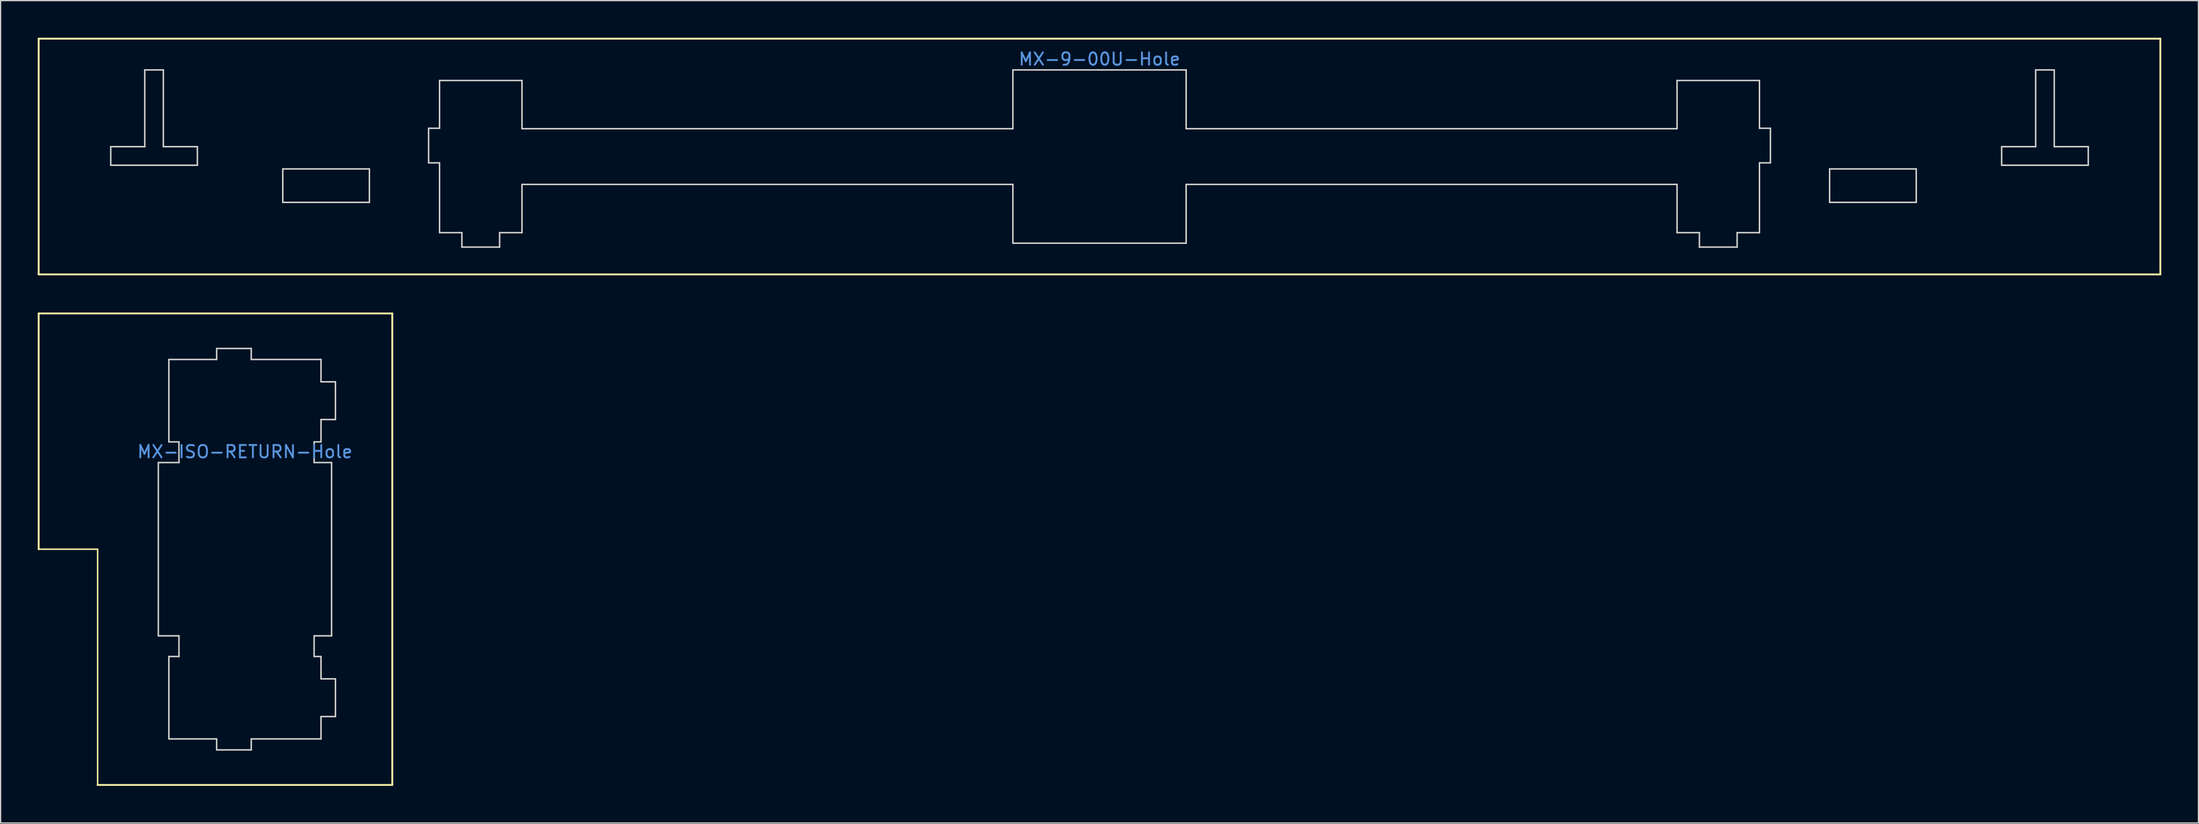
<source format=kicad_pcb>
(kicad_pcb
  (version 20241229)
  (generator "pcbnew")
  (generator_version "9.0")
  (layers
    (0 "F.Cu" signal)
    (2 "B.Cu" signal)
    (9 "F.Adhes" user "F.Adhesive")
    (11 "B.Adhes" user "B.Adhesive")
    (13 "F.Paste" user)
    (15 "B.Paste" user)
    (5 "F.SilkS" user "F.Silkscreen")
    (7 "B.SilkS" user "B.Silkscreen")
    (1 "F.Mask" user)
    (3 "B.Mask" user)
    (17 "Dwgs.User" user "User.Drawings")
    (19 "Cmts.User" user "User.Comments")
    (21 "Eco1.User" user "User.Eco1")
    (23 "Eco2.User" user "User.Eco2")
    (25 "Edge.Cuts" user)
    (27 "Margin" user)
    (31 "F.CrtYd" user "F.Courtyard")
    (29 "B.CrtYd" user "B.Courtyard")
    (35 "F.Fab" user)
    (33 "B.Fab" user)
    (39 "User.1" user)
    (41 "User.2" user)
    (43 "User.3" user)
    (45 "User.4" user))
  (footprint "MX-9-00U-Hole"
    (layer "F.Cu")
    (at 85.8 9.6)
    (property "Reference" "MX-9-00U-Hole" (at 0 -7.874 0) (layer "Cmts.User") (effects (font (size 1 1) (thickness 0.15))))
    (attr through_hole)
    (fp_line (start -85.725 -9.525) (end 85.725 -9.525) (stroke (width 0.15) (type solid)) (layer "F.SilkS"))
    (fp_line (start -85.725 9.525) (end -85.725 -9.525) (stroke (width 0.15) (type solid)) (layer "F.SilkS"))
    (fp_line (start 85.725 -9.525) (end 85.725 9.525) (stroke (width 0.15) (type solid)) (layer "F.SilkS"))
    (fp_line (start 85.725 9.525) (end -85.725 9.525) (stroke (width 0.15) (type solid)) (layer "F.SilkS"))
    (fp_line (start -79.9 -0.8) (end -79.9 0.7) (stroke (width 0.12) (type solid)) (layer "Edge.Cuts"))
    (fp_line (start -79.9 0.7) (end -72.9 0.7) (stroke (width 0.12) (type solid)) (layer "Edge.Cuts"))
    (fp_line (start -77.15 -7) (end -77.15 -0.8) (stroke (width 0.12) (type solid)) (layer "Edge.Cuts"))
    (fp_line (start -77.15 -7) (end -75.65 -7) (stroke (width 0.12) (type solid)) (layer "Edge.Cuts"))
    (fp_line (start -77.15 -0.8) (end -79.9 -0.8) (stroke (width 0.12) (type solid)) (layer "Edge.Cuts"))
    (fp_line (start -75.65 -7) (end -75.65 -0.8) (stroke (width 0.12) (type solid)) (layer "Edge.Cuts"))
    (fp_line (start -75.65 -0.8) (end -72.9 -0.8) (stroke (width 0.12) (type solid)) (layer "Edge.Cuts"))
    (fp_line (start -72.9 -0.8) (end -72.9 0.7) (stroke (width 0.12) (type solid)) (layer "Edge.Cuts"))
    (fp_line (start -66 1) (end -59 1) (stroke (width 0.12) (type solid)) (layer "Edge.Cuts"))
    (fp_line (start -66 3.7) (end -66 1) (stroke (width 0.12) (type solid)) (layer "Edge.Cuts"))
    (fp_line (start -66 3.7) (end -59 3.7) (stroke (width 0.12) (type solid)) (layer "Edge.Cuts"))
    (fp_line (start -59 1) (end -59 3.7) (stroke (width 0.12) (type solid)) (layer "Edge.Cuts"))
    (fp_line (start -54.216 -2.286) (end -54.216 0.508) (stroke (width 0.12) (type solid)) (layer "Edge.Cuts"))
    (fp_line (start -53.33 -6.147) (end -53.33 -2.286) (stroke (width 0.12) (type solid)) (layer "Edge.Cuts"))
    (fp_line (start -53.33 -2.286) (end -54.216 -2.286) (stroke (width 0.12) (type solid)) (layer "Edge.Cuts"))
    (fp_line (start -53.33 0.508) (end -54.216 0.508) (stroke (width 0.12) (type solid)) (layer "Edge.Cuts"))
    (fp_line (start -53.33 0.508) (end -53.33 6.147) (stroke (width 0.12) (type solid)) (layer "Edge.Cuts"))
    (fp_line (start -51.524 6.147) (end -53.33 6.147) (stroke (width 0.12) (type solid)) (layer "Edge.Cuts"))
    (fp_line (start -51.524 6.147) (end -51.524 7.315) (stroke (width 0.12) (type solid)) (layer "Edge.Cuts"))
    (fp_line (start -48.476 6.147) (end -48.476 7.315) (stroke (width 0.12) (type solid)) (layer "Edge.Cuts"))
    (fp_line (start -48.476 7.315) (end -51.524 7.315) (stroke (width 0.12) (type solid)) (layer "Edge.Cuts"))
    (fp_line (start -46.67 -6.147) (end -53.33 -6.147) (stroke (width 0.12) (type solid)) (layer "Edge.Cuts"))
    (fp_line (start -46.67 -6.147) (end -46.67 -2.25) (stroke (width 0.12) (type solid)) (layer "Edge.Cuts"))
    (fp_line (start -46.67 -2.25) (end -7 -2.25) (stroke (width 0.12) (type solid)) (layer "Edge.Cuts"))
    (fp_line (start -46.67 2.25) (end -7 2.25) (stroke (width 0.12) (type solid)) (layer "Edge.Cuts"))
    (fp_line (start -46.67 6.147) (end -48.476 6.147) (stroke (width 0.12) (type solid)) (layer "Edge.Cuts"))
    (fp_line (start -46.67 6.147) (end -46.67 2.25) (stroke (width 0.12) (type solid)) (layer "Edge.Cuts"))
    (fp_line (start -7 -7) (end -7 -2.25) (stroke (width 0.12) (type solid)) (layer "Edge.Cuts"))
    (fp_line (start -7 -7) (end 7 -7) (stroke (width 0.12) (type solid)) (layer "Edge.Cuts"))
    (fp_line (start -7 7) (end -7 2.25) (stroke (width 0.12) (type solid)) (layer "Edge.Cuts"))
    (fp_line (start -7 7) (end 7 7) (stroke (width 0.12) (type solid)) (layer "Edge.Cuts"))
    (fp_line (start 7 -7) (end 7 -2.25) (stroke (width 0.12) (type solid)) (layer "Edge.Cuts"))
    (fp_line (start 7 7) (end 7 2.25) (stroke (width 0.12) (type solid)) (layer "Edge.Cuts"))
    (fp_line (start 46.67 -6.147) (end 46.67 -2.25) (stroke (width 0.12) (type solid)) (layer "Edge.Cuts"))
    (fp_line (start 46.67 -6.147) (end 53.33 -6.147) (stroke (width 0.12) (type solid)) (layer "Edge.Cuts"))
    (fp_line (start 46.67 -2.25) (end 7 -2.25) (stroke (width 0.12) (type solid)) (layer "Edge.Cuts"))
    (fp_line (start 46.67 2.25) (end 7 2.25) (stroke (width 0.12) (type solid)) (layer "Edge.Cuts"))
    (fp_line (start 46.67 6.147) (end 46.67 2.25) (stroke (width 0.12) (type solid)) (layer "Edge.Cuts"))
    (fp_line (start 46.67 6.147) (end 48.476 6.147) (stroke (width 0.12) (type solid)) (layer "Edge.Cuts"))
    (fp_line (start 48.476 6.147) (end 48.476 7.315) (stroke (width 0.12) (type solid)) (layer "Edge.Cuts"))
    (fp_line (start 48.476 7.315) (end 51.524 7.315) (stroke (width 0.12) (type solid)) (layer "Edge.Cuts"))
    (fp_line (start 51.524 6.147) (end 51.524 7.315) (stroke (width 0.12) (type solid)) (layer "Edge.Cuts"))
    (fp_line (start 51.524 6.147) (end 53.33 6.147) (stroke (width 0.12) (type solid)) (layer "Edge.Cuts"))
    (fp_line (start 53.33 -6.147) (end 53.33 -2.286) (stroke (width 0.12) (type solid)) (layer "Edge.Cuts"))
    (fp_line (start 53.33 -2.286) (end 54.216 -2.286) (stroke (width 0.12) (type solid)) (layer "Edge.Cuts"))
    (fp_line (start 53.33 0.508) (end 53.33 6.147) (stroke (width 0.12) (type solid)) (layer "Edge.Cuts"))
    (fp_line (start 53.33 0.508) (end 54.216 0.508) (stroke (width 0.12) (type solid)) (layer "Edge.Cuts"))
    (fp_line (start 54.216 -2.286) (end 54.216 0.508) (stroke (width 0.12) (type solid)) (layer "Edge.Cuts"))
    (fp_line (start 59 1) (end 59 3.7) (stroke (width 0.12) (type solid)) (layer "Edge.Cuts"))
    (fp_line (start 66 1) (end 59 1) (stroke (width 0.12) (type solid)) (layer "Edge.Cuts"))
    (fp_line (start 66 1) (end 66 3.7) (stroke (width 0.12) (type solid)) (layer "Edge.Cuts"))
    (fp_line (start 66 3.7) (end 59 3.7) (stroke (width 0.12) (type solid)) (layer "Edge.Cuts"))
    (fp_line (start 72.9 -0.8) (end 72.9 0.7) (stroke (width 0.12) (type solid)) (layer "Edge.Cuts"))
    (fp_line (start 72.9 0.7) (end 79.9 0.7) (stroke (width 0.12) (type solid)) (layer "Edge.Cuts"))
    (fp_line (start 75.65 -7) (end 75.65 -0.8) (stroke (width 0.12) (type solid)) (layer "Edge.Cuts"))
    (fp_line (start 75.65 -7) (end 77.15 -7) (stroke (width 0.12) (type solid)) (layer "Edge.Cuts"))
    (fp_line (start 75.65 -0.8) (end 72.9 -0.8) (stroke (width 0.12) (type solid)) (layer "Edge.Cuts"))
    (fp_line (start 77.15 -7) (end 77.15 -0.8) (stroke (width 0.12) (type solid)) (layer "Edge.Cuts"))
    (fp_line (start 77.15 -0.8) (end 79.9 -0.8) (stroke (width 0.12) (type solid)) (layer "Edge.Cuts"))
    (fp_line (start 79.9 -0.8) (end 79.9 0.7) (stroke (width 0.12) (type solid)) (layer "Edge.Cuts")))
  (footprint "MX-ISO-RETURN-Hole"
    (layer "F.Cu")
    (at 16.744 41.325)
    (property "Reference" "MX-ISO-RETURN-Hole" (at 0 -7.874 0) (layer "Cmts.User") (effects (font (size 1 1) (thickness 0.15))))
    (attr through_hole)
    (fp_line (start -16.669 -19.05) (end 11.906 -19.05) (stroke (width 0.15) (type solid)) (layer "F.SilkS"))
    (fp_line (start -16.669 0) (end -16.669 -19.05) (stroke (width 0.15) (type solid)) (layer "F.SilkS"))
    (fp_line (start -11.906 0) (end -16.669 0) (stroke (width 0.12) (type solid)) (layer "F.SilkS"))
    (fp_line (start -11.906 19.05) (end -11.906 0) (stroke (width 0.12) (type solid)) (layer "F.SilkS"))
    (fp_line (start 11.906 -19.05) (end 11.906 19.05) (stroke (width 0.15) (type solid)) (layer "F.SilkS"))
    (fp_line (start 11.906 19.05) (end -11.906 19.05) (stroke (width 0.15) (type solid)) (layer "F.SilkS"))
    (fp_line (start -7 -7) (end -5.334 -7) (stroke (width 0.12) (type solid)) (layer "Edge.Cuts"))
    (fp_line (start -7 7) (end -7 -7) (stroke (width 0.12) (type solid)) (layer "Edge.Cuts"))
    (fp_line (start -7 7) (end -5.334 7) (stroke (width 0.12) (type solid)) (layer "Edge.Cuts"))
    (fp_line (start -6.147 -15.33) (end -2.286 -15.33) (stroke (width 0.12) (type solid)) (layer "Edge.Cuts"))
    (fp_line (start -6.147 -8.67) (end -6.147 -15.33) (stroke (width 0.12) (type solid)) (layer "Edge.Cuts"))
    (fp_line (start -6.147 -8.67) (end -5.334 -8.67) (stroke (width 0.12) (type solid)) (layer "Edge.Cuts"))
    (fp_line (start -6.147 8.67) (end -6.147 15.33) (stroke (width 0.12) (type solid)) (layer "Edge.Cuts"))
    (fp_line (start -6.147 8.67) (end -5.334 8.67) (stroke (width 0.12) (type solid)) (layer "Edge.Cuts"))
    (fp_line (start -6.147 15.33) (end -2.286 15.33) (stroke (width 0.12) (type solid)) (layer "Edge.Cuts"))
    (fp_line (start -5.334 -8.67) (end -5.334 -7) (stroke (width 0.12) (type solid)) (layer "Edge.Cuts"))
    (fp_line (start -5.334 8.67) (end -5.334 7) (stroke (width 0.12) (type solid)) (layer "Edge.Cuts"))
    (fp_line (start -2.286 -16.216) (end 0.508 -16.216) (stroke (width 0.12) (type solid)) (layer "Edge.Cuts"))
    (fp_line (start -2.286 -15.33) (end -2.286 -16.216) (stroke (width 0.12) (type solid)) (layer "Edge.Cuts"))
    (fp_line (start -2.286 15.33) (end -2.286 16.216) (stroke (width 0.12) (type solid)) (layer "Edge.Cuts"))
    (fp_line (start -2.286 16.216) (end 0.508 16.216) (stroke (width 0.12) (type solid)) (layer "Edge.Cuts"))
    (fp_line (start 0.508 -15.33) (end 0.508 -16.216) (stroke (width 0.12) (type solid)) (layer "Edge.Cuts"))
    (fp_line (start 0.508 -15.33) (end 6.147 -15.33) (stroke (width 0.12) (type solid)) (layer "Edge.Cuts"))
    (fp_line (start 0.508 15.33) (end 0.508 16.216) (stroke (width 0.12) (type solid)) (layer "Edge.Cuts"))
    (fp_line (start 0.508 15.33) (end 6.147 15.33) (stroke (width 0.12) (type solid)) (layer "Edge.Cuts"))
    (fp_line (start 5.588 -8.67) (end 5.588 -7) (stroke (width 0.12) (type solid)) (layer "Edge.Cuts"))
    (fp_line (start 5.588 8.67) (end 5.588 7) (stroke (width 0.12) (type solid)) (layer "Edge.Cuts"))
    (fp_line (start 6.147 -13.524) (end 6.147 -15.33) (stroke (width 0.12) (type solid)) (layer "Edge.Cuts"))
    (fp_line (start 6.147 -13.524) (end 7.315 -13.524) (stroke (width 0.12) (type solid)) (layer "Edge.Cuts"))
    (fp_line (start 6.147 -10.476) (end 7.315 -10.476) (stroke (width 0.12) (type solid)) (layer "Edge.Cuts"))
    (fp_line (start 6.147 -8.67) (end 5.588 -8.67) (stroke (width 0.12) (type solid)) (layer "Edge.Cuts"))
    (fp_line (start 6.147 -8.67) (end 6.147 -10.476) (stroke (width 0.12) (type solid)) (layer "Edge.Cuts"))
    (fp_line (start 6.147 8.67) (end 5.588 8.67) (stroke (width 0.12) (type solid)) (layer "Edge.Cuts"))
    (fp_line (start 6.147 8.67) (end 6.147 10.476) (stroke (width 0.12) (type solid)) (layer "Edge.Cuts"))
    (fp_line (start 6.147 10.476) (end 7.315 10.476) (stroke (width 0.12) (type solid)) (layer "Edge.Cuts"))
    (fp_line (start 6.147 13.524) (end 6.147 15.33) (stroke (width 0.12) (type solid)) (layer "Edge.Cuts"))
    (fp_line (start 6.147 13.524) (end 7.315 13.524) (stroke (width 0.12) (type solid)) (layer "Edge.Cuts"))
    (fp_line (start 7 -7) (end 5.588 -7) (stroke (width 0.12) (type solid)) (layer "Edge.Cuts"))
    (fp_line (start 7 7) (end 5.588 7) (stroke (width 0.12) (type solid)) (layer "Edge.Cuts"))
    (fp_line (start 7 7) (end 7 -7) (stroke (width 0.12) (type solid)) (layer "Edge.Cuts"))
    (fp_line (start 7.315 -10.476) (end 7.315 -13.524) (stroke (width 0.12) (type solid)) (layer "Edge.Cuts"))
    (fp_line (start 7.315 10.476) (end 7.315 13.524) (stroke (width 0.12) (type solid)) (layer "Edge.Cuts")))
  (gr_rect
    (start -3 -3)
    (end 174.6 63.45)
    (stroke (width 0.1) (type default))
    (fill no)
    (layer "Edge.Cuts")))
</source>
